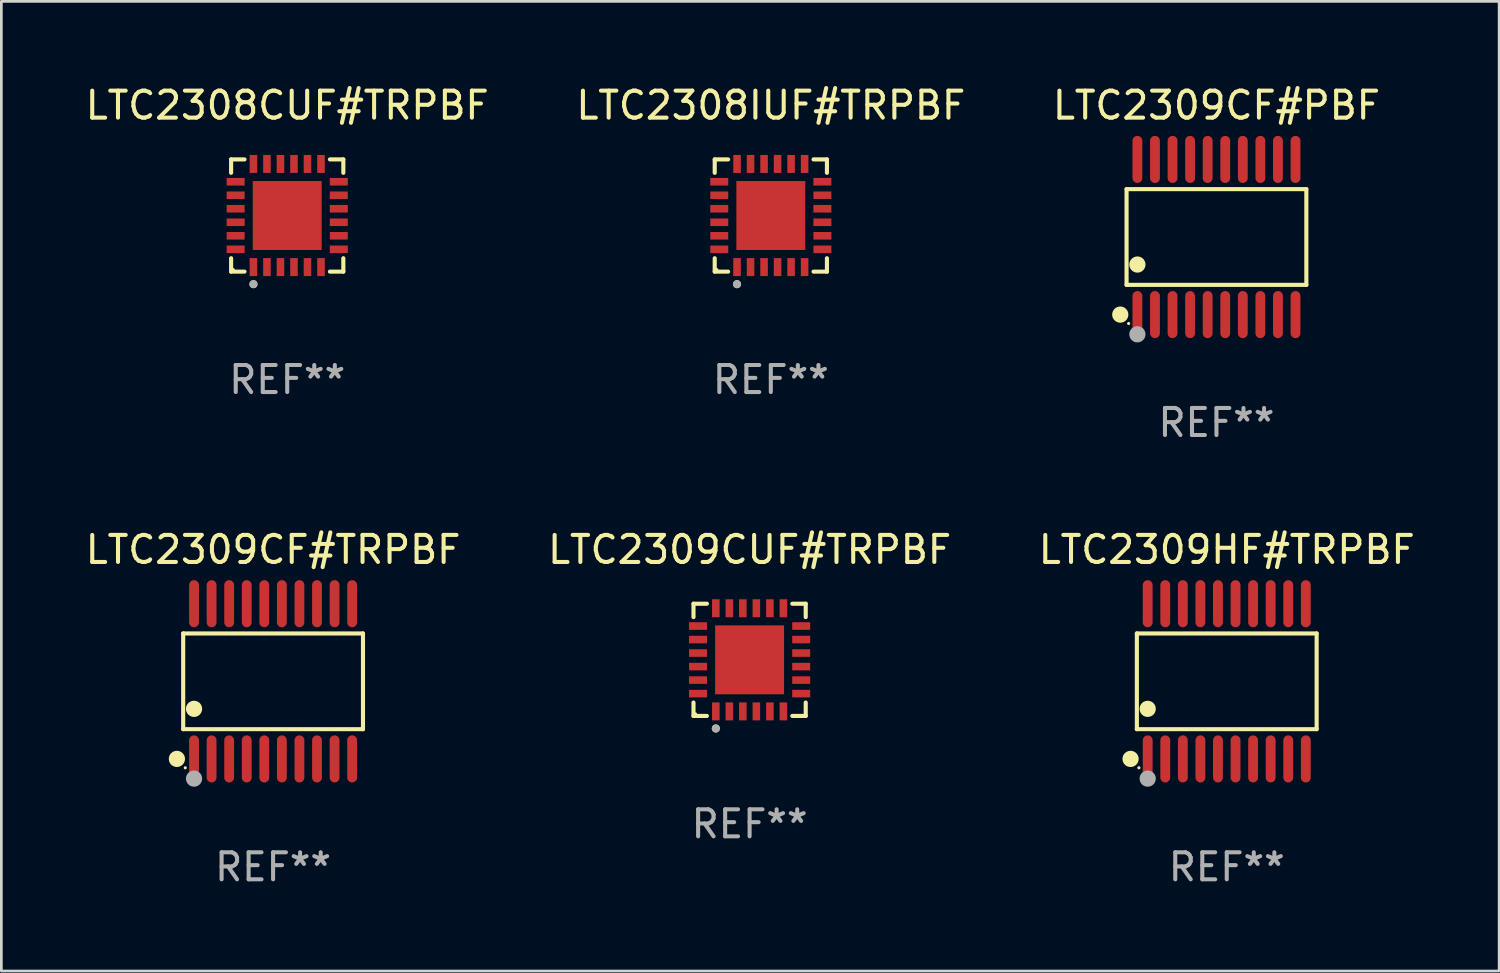
<source format=kicad_pcb>
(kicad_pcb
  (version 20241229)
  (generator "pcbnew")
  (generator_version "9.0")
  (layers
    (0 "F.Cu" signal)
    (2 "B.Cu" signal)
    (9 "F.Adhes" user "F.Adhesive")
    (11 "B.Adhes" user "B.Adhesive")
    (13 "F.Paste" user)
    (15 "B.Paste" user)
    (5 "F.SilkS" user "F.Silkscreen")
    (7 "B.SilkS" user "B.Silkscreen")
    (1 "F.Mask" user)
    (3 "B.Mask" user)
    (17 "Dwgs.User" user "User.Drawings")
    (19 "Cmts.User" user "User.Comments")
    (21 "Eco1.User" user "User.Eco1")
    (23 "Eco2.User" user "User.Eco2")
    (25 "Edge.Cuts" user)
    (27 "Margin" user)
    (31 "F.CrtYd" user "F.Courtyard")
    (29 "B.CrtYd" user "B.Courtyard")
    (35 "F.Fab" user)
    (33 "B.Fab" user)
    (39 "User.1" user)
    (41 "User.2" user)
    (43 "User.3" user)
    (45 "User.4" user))
  (footprint "LTC2309HF#TRPBF"
    (layer "F.Cu")
    (at 42.339 22.158)
    (property "Reference" "LTC2309HF#TRPBF" (at 0 -4.871 0) (layer "F.SilkS") (effects (font (size 1 1) (thickness 0.15))))
    (attr through_hole)
    (fp_line (start -3.326 -1.771) (end 3.326 -1.771) (stroke (width 0.152) (type solid)) (layer "F.SilkS"))
    (fp_line (start -3.326 1.771) (end -3.326 -1.771) (stroke (width 0.152) (type solid)) (layer "F.SilkS"))
    (fp_line (start 3.326 -1.771) (end 3.326 1.771) (stroke (width 0.152) (type solid)) (layer "F.SilkS"))
    (fp_line (start 3.326 1.771) (end -3.326 1.771) (stroke (width 0.152) (type solid)) (layer "F.SilkS"))
    (fp_circle (center -3.559 2.871) (end -3.409 2.871) (stroke (width 0.3) (type solid)) (fill no) (layer "F.SilkS"))
    (fp_circle (center -3.25 3.2) (end -3.22 3.2) (stroke (width 0.06) (type solid)) (fill no) (layer "F.SilkS"))
    (fp_circle (center -2.925 1.019) (end -2.775 1.019) (stroke (width 0.3) (type solid)) (fill no) (layer "F.SilkS"))
    (fp_circle (center -2.925 3.6) (end -2.775 3.6) (stroke (width 0.3) (type solid)) (fill no) (layer "F.Fab"))
    (fp_text user "REF**" (at 0 6.871 0) (layer "F.Fab") (effects (font (size 1 1) (thickness 0.15))))
    (pad "1" smd oval (at -2.925 2.871) (size 0.364 1.742) (layers "F.Cu" "F.Mask" "F.Paste"))
    (pad "2" smd oval (at -2.275 2.871) (size 0.364 1.742) (layers "F.Cu" "F.Mask" "F.Paste"))
    (pad "3" smd oval (at -1.625 2.871) (size 0.364 1.742) (layers "F.Cu" "F.Mask" "F.Paste"))
    (pad "4" smd oval (at -0.975 2.871) (size 0.364 1.742) (layers "F.Cu" "F.Mask" "F.Paste"))
    (pad "5" smd oval (at -0.325 2.871) (size 0.364 1.742) (layers "F.Cu" "F.Mask" "F.Paste"))
    (pad "6" smd oval (at 0.325 2.871) (size 0.364 1.742) (layers "F.Cu" "F.Mask" "F.Paste"))
    (pad "7" smd oval (at 0.975 2.871) (size 0.364 1.742) (layers "F.Cu" "F.Mask" "F.Paste"))
    (pad "8" smd oval (at 1.625 2.871) (size 0.364 1.742) (layers "F.Cu" "F.Mask" "F.Paste"))
    (pad "9" smd oval (at 2.275 2.871) (size 0.364 1.742) (layers "F.Cu" "F.Mask" "F.Paste"))
    (pad "10" smd oval (at 2.925 2.871) (size 0.364 1.742) (layers "F.Cu" "F.Mask" "F.Paste"))
    (pad "11" smd oval (at 2.925 -2.871) (size 0.364 1.742) (layers "F.Cu" "F.Mask" "F.Paste"))
    (pad "12" smd oval (at 2.275 -2.871) (size 0.364 1.742) (layers "F.Cu" "F.Mask" "F.Paste"))
    (pad "13" smd oval (at 1.625 -2.871) (size 0.364 1.742) (layers "F.Cu" "F.Mask" "F.Paste"))
    (pad "14" smd oval (at 0.975 -2.871) (size 0.364 1.742) (layers "F.Cu" "F.Mask" "F.Paste"))
    (pad "15" smd oval (at 0.325 -2.871) (size 0.364 1.742) (layers "F.Cu" "F.Mask" "F.Paste"))
    (pad "16" smd oval (at -0.325 -2.871) (size 0.364 1.742) (layers "F.Cu" "F.Mask" "F.Paste"))
    (pad "17" smd oval (at -0.975 -2.871) (size 0.364 1.742) (layers "F.Cu" "F.Mask" "F.Paste"))
    (pad "18" smd oval (at -1.625 -2.871) (size 0.364 1.742) (layers "F.Cu" "F.Mask" "F.Paste"))
    (pad "19" smd oval (at -2.275 -2.871) (size 0.364 1.742) (layers "F.Cu" "F.Mask" "F.Paste"))
    (pad "20" smd oval (at -2.925 -2.871) (size 0.364 1.742) (layers "F.Cu" "F.Mask" "F.Paste")))
  (footprint "LTC2308CUF#TRPBF"
    (layer "F.Cu")
    (at 7.577 4.924)
    (property "Reference" "LTC2308CUF#TRPBF" (at 0 -4.076 0) (layer "F.SilkS") (effects (font (size 1 1) (thickness 0.15))))
    (attr through_hole)
    (fp_line (start -2.076 -2.076) (end -1.58 -2.076) (stroke (width 0.152) (type solid)) (layer "F.SilkS"))
    (fp_line (start -2.076 -1.58) (end -2.076 -2.076) (stroke (width 0.152) (type solid)) (layer "F.SilkS"))
    (fp_line (start -2.076 1.58) (end -2.076 2.076) (stroke (width 0.152) (type solid)) (layer "F.SilkS"))
    (fp_line (start -2.076 2.076) (end -1.58 2.076) (stroke (width 0.152) (type solid)) (layer "F.SilkS"))
    (fp_line (start 2.076 -2.076) (end 1.58 -2.076) (stroke (width 0.152) (type solid)) (layer "F.SilkS"))
    (fp_line (start 2.076 -1.58) (end 2.076 -2.076) (stroke (width 0.152) (type solid)) (layer "F.SilkS"))
    (fp_line (start 2.076 1.58) (end 2.076 2.076) (stroke (width 0.152) (type solid)) (layer "F.SilkS"))
    (fp_line (start 2.076 2.076) (end 1.58 2.076) (stroke (width 0.152) (type solid)) (layer "F.SilkS"))
    (fp_circle (center -2 2) (end -1.97 2) (stroke (width 0.06) (type solid)) (fill no) (layer "F.SilkS"))
    (fp_circle (center -1.25 2.54) (end -1.175 2.54) (stroke (width 0.15) (type solid)) (fill no) (layer "F.SilkS"))
    (fp_circle (center -1.25 2.54) (end -1.175 2.54) (stroke (width 0.15) (type solid)) (fill no) (layer "F.Fab"))
    (fp_text user "REF**" (at 0 6.076 0) (layer "F.Fab") (effects (font (size 1 1) (thickness 0.15))))
    (pad "1" smd rect (at -1.25 1.908) (size 0.28 0.665) (layers "F.Cu" "F.Mask" "F.Paste"))
    (pad "2" smd rect (at -0.75 1.908) (size 0.28 0.665) (layers "F.Cu" "F.Mask" "F.Paste"))
    (pad "3" smd rect (at -0.25 1.908) (size 0.28 0.665) (layers "F.Cu" "F.Mask" "F.Paste"))
    (pad "4" smd rect (at 0.25 1.908) (size 0.28 0.665) (layers "F.Cu" "F.Mask" "F.Paste"))
    (pad "5" smd rect (at 0.75 1.908) (size 0.28 0.665) (layers "F.Cu" "F.Mask" "F.Paste"))
    (pad "6" smd rect (at 1.25 1.908) (size 0.28 0.665) (layers "F.Cu" "F.Mask" "F.Paste"))
    (pad "7" smd rect (at 1.908 1.25) (size 0.665 0.28) (layers "F.Cu" "F.Mask" "F.Paste"))
    (pad "8" smd rect (at 1.908 0.75) (size 0.665 0.28) (layers "F.Cu" "F.Mask" "F.Paste"))
    (pad "9" smd rect (at 1.908 0.25) (size 0.665 0.28) (layers "F.Cu" "F.Mask" "F.Paste"))
    (pad "10" smd rect (at 1.908 -0.25) (size 0.665 0.28) (layers "F.Cu" "F.Mask" "F.Paste"))
    (pad "11" smd rect (at 1.908 -0.75) (size 0.665 0.28) (layers "F.Cu" "F.Mask" "F.Paste"))
    (pad "12" smd rect (at 1.908 -1.25) (size 0.665 0.28) (layers "F.Cu" "F.Mask" "F.Paste"))
    (pad "13" smd rect (at 1.25 -1.908) (size 0.28 0.665) (layers "F.Cu" "F.Mask" "F.Paste"))
    (pad "14" smd rect (at 0.75 -1.908) (size 0.28 0.665) (layers "F.Cu" "F.Mask" "F.Paste"))
    (pad "15" smd rect (at 0.25 -1.908) (size 0.28 0.665) (layers "F.Cu" "F.Mask" "F.Paste"))
    (pad "16" smd rect (at -0.25 -1.908) (size 0.28 0.665) (layers "F.Cu" "F.Mask" "F.Paste"))
    (pad "17" smd rect (at -0.75 -1.908) (size 0.28 0.665) (layers "F.Cu" "F.Mask" "F.Paste"))
    (pad "18" smd rect (at -1.25 -1.908) (size 0.28 0.665) (layers "F.Cu" "F.Mask" "F.Paste"))
    (pad "19" smd rect (at -1.908 -1.25) (size 0.665 0.28) (layers "F.Cu" "F.Mask" "F.Paste"))
    (pad "20" smd rect (at -1.908 -0.75) (size 0.665 0.28) (layers "F.Cu" "F.Mask" "F.Paste"))
    (pad "21" smd rect (at -1.908 -0.25) (size 0.665 0.28) (layers "F.Cu" "F.Mask" "F.Paste"))
    (pad "22" smd rect (at -1.908 0.25) (size 0.665 0.28) (layers "F.Cu" "F.Mask" "F.Paste"))
    (pad "23" smd rect (at -1.908 0.75) (size 0.665 0.28) (layers "F.Cu" "F.Mask" "F.Paste"))
    (pad "24" smd rect (at -1.908 1.25) (size 0.665 0.28) (layers "F.Cu" "F.Mask" "F.Paste"))
    (pad "25" smd rect (at 0 0) (size 2.55 2.55) (layers "F.Cu" "F.Mask" "F.Paste")))
  (footprint "LTC2309CF#TRPBF"
    (layer "F.Cu")
    (at 7.054 22.158)
    (property "Reference" "LTC2309CF#TRPBF" (at 0 -4.871 0) (layer "F.SilkS") (effects (font (size 1 1) (thickness 0.15))))
    (attr through_hole)
    (fp_line (start -3.326 -1.771) (end 3.326 -1.771) (stroke (width 0.152) (type solid)) (layer "F.SilkS"))
    (fp_line (start -3.326 1.771) (end -3.326 -1.771) (stroke (width 0.152) (type solid)) (layer "F.SilkS"))
    (fp_line (start 3.326 -1.771) (end 3.326 1.771) (stroke (width 0.152) (type solid)) (layer "F.SilkS"))
    (fp_line (start 3.326 1.771) (end -3.326 1.771) (stroke (width 0.152) (type solid)) (layer "F.SilkS"))
    (fp_circle (center -3.559 2.871) (end -3.409 2.871) (stroke (width 0.3) (type solid)) (fill no) (layer "F.SilkS"))
    (fp_circle (center -3.25 3.2) (end -3.22 3.2) (stroke (width 0.06) (type solid)) (fill no) (layer "F.SilkS"))
    (fp_circle (center -2.925 1.019) (end -2.775 1.019) (stroke (width 0.3) (type solid)) (fill no) (layer "F.SilkS"))
    (fp_circle (center -2.925 3.6) (end -2.775 3.6) (stroke (width 0.3) (type solid)) (fill no) (layer "F.Fab"))
    (fp_text user "REF**" (at 0 6.871 0) (layer "F.Fab") (effects (font (size 1 1) (thickness 0.15))))
    (pad "1" smd oval (at -2.925 2.871) (size 0.364 1.742) (layers "F.Cu" "F.Mask" "F.Paste"))
    (pad "2" smd oval (at -2.275 2.871) (size 0.364 1.742) (layers "F.Cu" "F.Mask" "F.Paste"))
    (pad "3" smd oval (at -1.625 2.871) (size 0.364 1.742) (layers "F.Cu" "F.Mask" "F.Paste"))
    (pad "4" smd oval (at -0.975 2.871) (size 0.364 1.742) (layers "F.Cu" "F.Mask" "F.Paste"))
    (pad "5" smd oval (at -0.325 2.871) (size 0.364 1.742) (layers "F.Cu" "F.Mask" "F.Paste"))
    (pad "6" smd oval (at 0.325 2.871) (size 0.364 1.742) (layers "F.Cu" "F.Mask" "F.Paste"))
    (pad "7" smd oval (at 0.975 2.871) (size 0.364 1.742) (layers "F.Cu" "F.Mask" "F.Paste"))
    (pad "8" smd oval (at 1.625 2.871) (size 0.364 1.742) (layers "F.Cu" "F.Mask" "F.Paste"))
    (pad "9" smd oval (at 2.275 2.871) (size 0.364 1.742) (layers "F.Cu" "F.Mask" "F.Paste"))
    (pad "10" smd oval (at 2.925 2.871) (size 0.364 1.742) (layers "F.Cu" "F.Mask" "F.Paste"))
    (pad "11" smd oval (at 2.925 -2.871) (size 0.364 1.742) (layers "F.Cu" "F.Mask" "F.Paste"))
    (pad "12" smd oval (at 2.275 -2.871) (size 0.364 1.742) (layers "F.Cu" "F.Mask" "F.Paste"))
    (pad "13" smd oval (at 1.625 -2.871) (size 0.364 1.742) (layers "F.Cu" "F.Mask" "F.Paste"))
    (pad "14" smd oval (at 0.975 -2.871) (size 0.364 1.742) (layers "F.Cu" "F.Mask" "F.Paste"))
    (pad "15" smd oval (at 0.325 -2.871) (size 0.364 1.742) (layers "F.Cu" "F.Mask" "F.Paste"))
    (pad "16" smd oval (at -0.325 -2.871) (size 0.364 1.742) (layers "F.Cu" "F.Mask" "F.Paste"))
    (pad "17" smd oval (at -0.975 -2.871) (size 0.364 1.742) (layers "F.Cu" "F.Mask" "F.Paste"))
    (pad "18" smd oval (at -1.625 -2.871) (size 0.364 1.742) (layers "F.Cu" "F.Mask" "F.Paste"))
    (pad "19" smd oval (at -2.275 -2.871) (size 0.364 1.742) (layers "F.Cu" "F.Mask" "F.Paste"))
    (pad "20" smd oval (at -2.925 -2.871) (size 0.364 1.742) (layers "F.Cu" "F.Mask" "F.Paste")))
  (footprint "LTC2309CF#PBF"
    (layer "F.Cu")
    (at 41.958 5.719)
    (property "Reference" "LTC2309CF#PBF" (at 0 -4.871 0) (layer "F.SilkS") (effects (font (size 1 1) (thickness 0.15))))
    (attr through_hole)
    (fp_line (start -3.326 -1.771) (end 3.326 -1.771) (stroke (width 0.152) (type solid)) (layer "F.SilkS"))
    (fp_line (start -3.326 1.771) (end -3.326 -1.771) (stroke (width 0.152) (type solid)) (layer "F.SilkS"))
    (fp_line (start 3.326 -1.771) (end 3.326 1.771) (stroke (width 0.152) (type solid)) (layer "F.SilkS"))
    (fp_line (start 3.326 1.771) (end -3.326 1.771) (stroke (width 0.152) (type solid)) (layer "F.SilkS"))
    (fp_circle (center -3.559 2.871) (end -3.409 2.871) (stroke (width 0.3) (type solid)) (fill no) (layer "F.SilkS"))
    (fp_circle (center -3.25 3.2) (end -3.22 3.2) (stroke (width 0.06) (type solid)) (fill no) (layer "F.SilkS"))
    (fp_circle (center -2.925 1.019) (end -2.775 1.019) (stroke (width 0.3) (type solid)) (fill no) (layer "F.SilkS"))
    (fp_circle (center -2.925 3.6) (end -2.775 3.6) (stroke (width 0.3) (type solid)) (fill no) (layer "F.Fab"))
    (fp_text user "REF**" (at 0 6.871 0) (layer "F.Fab") (effects (font (size 1 1) (thickness 0.15))))
    (pad "1" smd oval (at -2.925 2.871) (size 0.364 1.742) (layers "F.Cu" "F.Mask" "F.Paste"))
    (pad "2" smd oval (at -2.275 2.871) (size 0.364 1.742) (layers "F.Cu" "F.Mask" "F.Paste"))
    (pad "3" smd oval (at -1.625 2.871) (size 0.364 1.742) (layers "F.Cu" "F.Mask" "F.Paste"))
    (pad "4" smd oval (at -0.975 2.871) (size 0.364 1.742) (layers "F.Cu" "F.Mask" "F.Paste"))
    (pad "5" smd oval (at -0.325 2.871) (size 0.364 1.742) (layers "F.Cu" "F.Mask" "F.Paste"))
    (pad "6" smd oval (at 0.325 2.871) (size 0.364 1.742) (layers "F.Cu" "F.Mask" "F.Paste"))
    (pad "7" smd oval (at 0.975 2.871) (size 0.364 1.742) (layers "F.Cu" "F.Mask" "F.Paste"))
    (pad "8" smd oval (at 1.625 2.871) (size 0.364 1.742) (layers "F.Cu" "F.Mask" "F.Paste"))
    (pad "9" smd oval (at 2.275 2.871) (size 0.364 1.742) (layers "F.Cu" "F.Mask" "F.Paste"))
    (pad "10" smd oval (at 2.925 2.871) (size 0.364 1.742) (layers "F.Cu" "F.Mask" "F.Paste"))
    (pad "11" smd oval (at 2.925 -2.871) (size 0.364 1.742) (layers "F.Cu" "F.Mask" "F.Paste"))
    (pad "12" smd oval (at 2.275 -2.871) (size 0.364 1.742) (layers "F.Cu" "F.Mask" "F.Paste"))
    (pad "13" smd oval (at 1.625 -2.871) (size 0.364 1.742) (layers "F.Cu" "F.Mask" "F.Paste"))
    (pad "14" smd oval (at 0.975 -2.871) (size 0.364 1.742) (layers "F.Cu" "F.Mask" "F.Paste"))
    (pad "15" smd oval (at 0.325 -2.871) (size 0.364 1.742) (layers "F.Cu" "F.Mask" "F.Paste"))
    (pad "16" smd oval (at -0.325 -2.871) (size 0.364 1.742) (layers "F.Cu" "F.Mask" "F.Paste"))
    (pad "17" smd oval (at -0.975 -2.871) (size 0.364 1.742) (layers "F.Cu" "F.Mask" "F.Paste"))
    (pad "18" smd oval (at -1.625 -2.871) (size 0.364 1.742) (layers "F.Cu" "F.Mask" "F.Paste"))
    (pad "19" smd oval (at -2.275 -2.871) (size 0.364 1.742) (layers "F.Cu" "F.Mask" "F.Paste"))
    (pad "20" smd oval (at -2.925 -2.871) (size 0.364 1.742) (layers "F.Cu" "F.Mask" "F.Paste")))
  (footprint "LTC2309CUF#TRPBF"
    (layer "F.Cu")
    (at 24.685 21.363)
    (property "Reference" "LTC2309CUF#TRPBF" (at 0 -4.076 0) (layer "F.SilkS") (effects (font (size 1 1) (thickness 0.15))))
    (attr through_hole)
    (fp_line (start -2.076 -2.076) (end -1.58 -2.076) (stroke (width 0.152) (type solid)) (layer "F.SilkS"))
    (fp_line (start -2.076 -1.58) (end -2.076 -2.076) (stroke (width 0.152) (type solid)) (layer "F.SilkS"))
    (fp_line (start -2.076 1.58) (end -2.076 2.076) (stroke (width 0.152) (type solid)) (layer "F.SilkS"))
    (fp_line (start -2.076 2.076) (end -1.58 2.076) (stroke (width 0.152) (type solid)) (layer "F.SilkS"))
    (fp_line (start 2.076 -2.076) (end 1.58 -2.076) (stroke (width 0.152) (type solid)) (layer "F.SilkS"))
    (fp_line (start 2.076 -1.58) (end 2.076 -2.076) (stroke (width 0.152) (type solid)) (layer "F.SilkS"))
    (fp_line (start 2.076 1.58) (end 2.076 2.076) (stroke (width 0.152) (type solid)) (layer "F.SilkS"))
    (fp_line (start 2.076 2.076) (end 1.58 2.076) (stroke (width 0.152) (type solid)) (layer "F.SilkS"))
    (fp_circle (center -2 2) (end -1.97 2) (stroke (width 0.06) (type solid)) (fill no) (layer "F.SilkS"))
    (fp_circle (center -1.25 2.54) (end -1.175 2.54) (stroke (width 0.15) (type solid)) (fill no) (layer "F.SilkS"))
    (fp_circle (center -1.25 2.54) (end -1.175 2.54) (stroke (width 0.15) (type solid)) (fill no) (layer "F.Fab"))
    (fp_text user "REF**" (at 0 6.076 0) (layer "F.Fab") (effects (font (size 1 1) (thickness 0.15))))
    (pad "1" smd rect (at -1.25 1.908) (size 0.28 0.665) (layers "F.Cu" "F.Mask" "F.Paste"))
    (pad "2" smd rect (at -0.75 1.908) (size 0.28 0.665) (layers "F.Cu" "F.Mask" "F.Paste"))
    (pad "3" smd rect (at -0.25 1.908) (size 0.28 0.665) (layers "F.Cu" "F.Mask" "F.Paste"))
    (pad "4" smd rect (at 0.25 1.908) (size 0.28 0.665) (layers "F.Cu" "F.Mask" "F.Paste"))
    (pad "5" smd rect (at 0.75 1.908) (size 0.28 0.665) (layers "F.Cu" "F.Mask" "F.Paste"))
    (pad "6" smd rect (at 1.25 1.908) (size 0.28 0.665) (layers "F.Cu" "F.Mask" "F.Paste"))
    (pad "7" smd rect (at 1.908 1.25) (size 0.665 0.28) (layers "F.Cu" "F.Mask" "F.Paste"))
    (pad "8" smd rect (at 1.908 0.75) (size 0.665 0.28) (layers "F.Cu" "F.Mask" "F.Paste"))
    (pad "9" smd rect (at 1.908 0.25) (size 0.665 0.28) (layers "F.Cu" "F.Mask" "F.Paste"))
    (pad "10" smd rect (at 1.908 -0.25) (size 0.665 0.28) (layers "F.Cu" "F.Mask" "F.Paste"))
    (pad "11" smd rect (at 1.908 -0.75) (size 0.665 0.28) (layers "F.Cu" "F.Mask" "F.Paste"))
    (pad "12" smd rect (at 1.908 -1.25) (size 0.665 0.28) (layers "F.Cu" "F.Mask" "F.Paste"))
    (pad "13" smd rect (at 1.25 -1.908) (size 0.28 0.665) (layers "F.Cu" "F.Mask" "F.Paste"))
    (pad "14" smd rect (at 0.75 -1.908) (size 0.28 0.665) (layers "F.Cu" "F.Mask" "F.Paste"))
    (pad "15" smd rect (at 0.25 -1.908) (size 0.28 0.665) (layers "F.Cu" "F.Mask" "F.Paste"))
    (pad "16" smd rect (at -0.25 -1.908) (size 0.28 0.665) (layers "F.Cu" "F.Mask" "F.Paste"))
    (pad "17" smd rect (at -0.75 -1.908) (size 0.28 0.665) (layers "F.Cu" "F.Mask" "F.Paste"))
    (pad "18" smd rect (at -1.25 -1.908) (size 0.28 0.665) (layers "F.Cu" "F.Mask" "F.Paste"))
    (pad "19" smd rect (at -1.908 -1.25) (size 0.665 0.28) (layers "F.Cu" "F.Mask" "F.Paste"))
    (pad "20" smd rect (at -1.908 -0.75) (size 0.665 0.28) (layers "F.Cu" "F.Mask" "F.Paste"))
    (pad "21" smd rect (at -1.908 -0.25) (size 0.665 0.28) (layers "F.Cu" "F.Mask" "F.Paste"))
    (pad "22" smd rect (at -1.908 0.25) (size 0.665 0.28) (layers "F.Cu" "F.Mask" "F.Paste"))
    (pad "23" smd rect (at -1.908 0.75) (size 0.665 0.28) (layers "F.Cu" "F.Mask" "F.Paste"))
    (pad "24" smd rect (at -1.908 1.25) (size 0.665 0.28) (layers "F.Cu" "F.Mask" "F.Paste"))
    (pad "25" smd rect (at 0 0) (size 2.55 2.55) (layers "F.Cu" "F.Mask" "F.Paste")))
  (footprint "LTC2308IUF#TRPBF"
    (layer "F.Cu")
    (at 25.47 4.924)
    (property "Reference" "LTC2308IUF#TRPBF" (at 0 -4.076 0) (layer "F.SilkS") (effects (font (size 1 1) (thickness 0.15))))
    (attr through_hole)
    (fp_line (start -2.076 -2.076) (end -1.58 -2.076) (stroke (width 0.152) (type solid)) (layer "F.SilkS"))
    (fp_line (start -2.076 -1.58) (end -2.076 -2.076) (stroke (width 0.152) (type solid)) (layer "F.SilkS"))
    (fp_line (start -2.076 1.58) (end -2.076 2.076) (stroke (width 0.152) (type solid)) (layer "F.SilkS"))
    (fp_line (start -2.076 2.076) (end -1.58 2.076) (stroke (width 0.152) (type solid)) (layer "F.SilkS"))
    (fp_line (start 2.076 -2.076) (end 1.58 -2.076) (stroke (width 0.152) (type solid)) (layer "F.SilkS"))
    (fp_line (start 2.076 -1.58) (end 2.076 -2.076) (stroke (width 0.152) (type solid)) (layer "F.SilkS"))
    (fp_line (start 2.076 1.58) (end 2.076 2.076) (stroke (width 0.152) (type solid)) (layer "F.SilkS"))
    (fp_line (start 2.076 2.076) (end 1.58 2.076) (stroke (width 0.152) (type solid)) (layer "F.SilkS"))
    (fp_circle (center -2 2) (end -1.97 2) (stroke (width 0.06) (type solid)) (fill no) (layer "F.SilkS"))
    (fp_circle (center -1.25 2.54) (end -1.175 2.54) (stroke (width 0.15) (type solid)) (fill no) (layer "F.SilkS"))
    (fp_circle (center -1.25 2.54) (end -1.175 2.54) (stroke (width 0.15) (type solid)) (fill no) (layer "F.Fab"))
    (fp_text user "REF**" (at 0 6.076 0) (layer "F.Fab") (effects (font (size 1 1) (thickness 0.15))))
    (pad "1" smd rect (at -1.25 1.908) (size 0.28 0.665) (layers "F.Cu" "F.Mask" "F.Paste"))
    (pad "2" smd rect (at -0.75 1.908) (size 0.28 0.665) (layers "F.Cu" "F.Mask" "F.Paste"))
    (pad "3" smd rect (at -0.25 1.908) (size 0.28 0.665) (layers "F.Cu" "F.Mask" "F.Paste"))
    (pad "4" smd rect (at 0.25 1.908) (size 0.28 0.665) (layers "F.Cu" "F.Mask" "F.Paste"))
    (pad "5" smd rect (at 0.75 1.908) (size 0.28 0.665) (layers "F.Cu" "F.Mask" "F.Paste"))
    (pad "6" smd rect (at 1.25 1.908) (size 0.28 0.665) (layers "F.Cu" "F.Mask" "F.Paste"))
    (pad "7" smd rect (at 1.908 1.25) (size 0.665 0.28) (layers "F.Cu" "F.Mask" "F.Paste"))
    (pad "8" smd rect (at 1.908 0.75) (size 0.665 0.28) (layers "F.Cu" "F.Mask" "F.Paste"))
    (pad "9" smd rect (at 1.908 0.25) (size 0.665 0.28) (layers "F.Cu" "F.Mask" "F.Paste"))
    (pad "10" smd rect (at 1.908 -0.25) (size 0.665 0.28) (layers "F.Cu" "F.Mask" "F.Paste"))
    (pad "11" smd rect (at 1.908 -0.75) (size 0.665 0.28) (layers "F.Cu" "F.Mask" "F.Paste"))
    (pad "12" smd rect (at 1.908 -1.25) (size 0.665 0.28) (layers "F.Cu" "F.Mask" "F.Paste"))
    (pad "13" smd rect (at 1.25 -1.908) (size 0.28 0.665) (layers "F.Cu" "F.Mask" "F.Paste"))
    (pad "14" smd rect (at 0.75 -1.908) (size 0.28 0.665) (layers "F.Cu" "F.Mask" "F.Paste"))
    (pad "15" smd rect (at 0.25 -1.908) (size 0.28 0.665) (layers "F.Cu" "F.Mask" "F.Paste"))
    (pad "16" smd rect (at -0.25 -1.908) (size 0.28 0.665) (layers "F.Cu" "F.Mask" "F.Paste"))
    (pad "17" smd rect (at -0.75 -1.908) (size 0.28 0.665) (layers "F.Cu" "F.Mask" "F.Paste"))
    (pad "18" smd rect (at -1.25 -1.908) (size 0.28 0.665) (layers "F.Cu" "F.Mask" "F.Paste"))
    (pad "19" smd rect (at -1.908 -1.25) (size 0.665 0.28) (layers "F.Cu" "F.Mask" "F.Paste"))
    (pad "20" smd rect (at -1.908 -0.75) (size 0.665 0.28) (layers "F.Cu" "F.Mask" "F.Paste"))
    (pad "21" smd rect (at -1.908 -0.25) (size 0.665 0.28) (layers "F.Cu" "F.Mask" "F.Paste"))
    (pad "22" smd rect (at -1.908 0.25) (size 0.665 0.28) (layers "F.Cu" "F.Mask" "F.Paste"))
    (pad "23" smd rect (at -1.908 0.75) (size 0.665 0.28) (layers "F.Cu" "F.Mask" "F.Paste"))
    (pad "24" smd rect (at -1.908 1.25) (size 0.665 0.28) (layers "F.Cu" "F.Mask" "F.Paste"))
    (pad "25" smd rect (at 0 0) (size 2.55 2.55) (layers "F.Cu" "F.Mask" "F.Paste")))
  (gr_rect
    (start -3 -3)
    (end 52.417 32.877)
    (stroke (width 0.1) (type default))
    (fill no)
    (layer "Edge.Cuts")))
</source>
